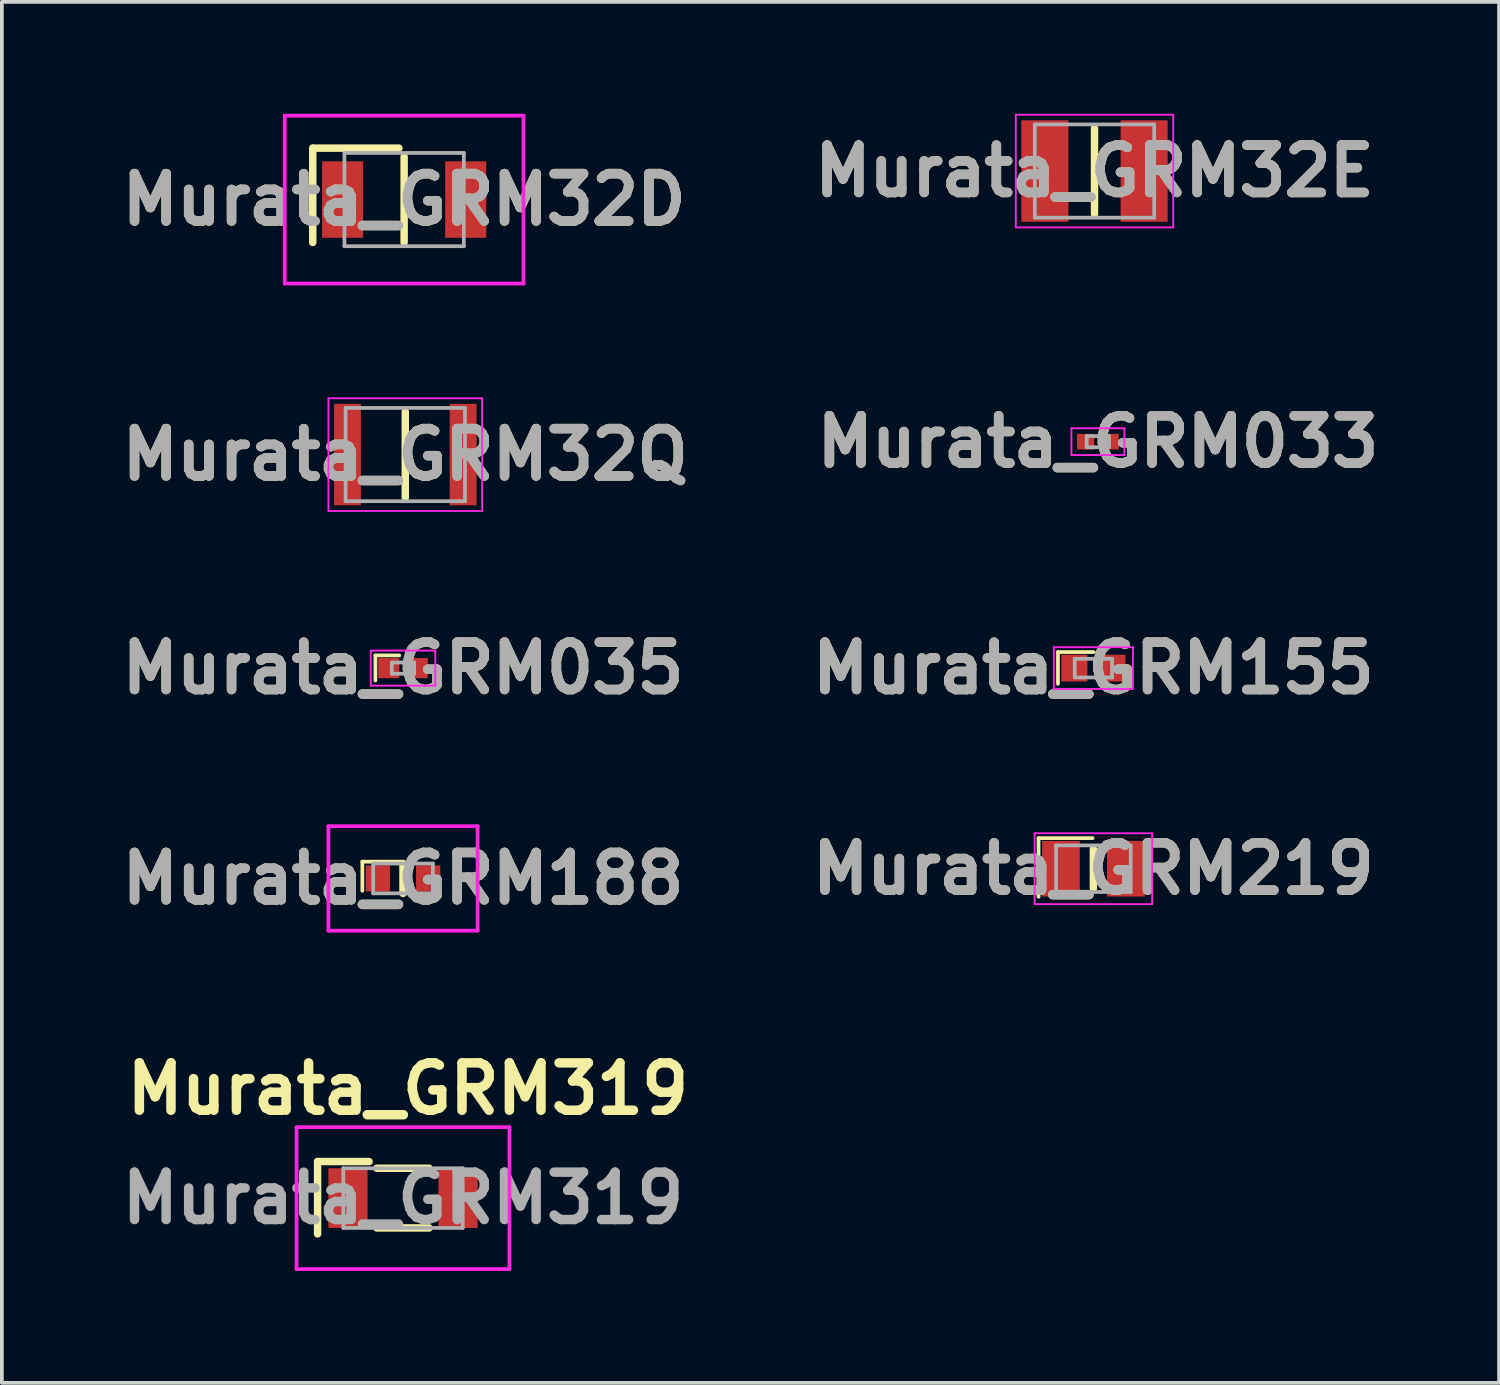
<source format=kicad_pcb>
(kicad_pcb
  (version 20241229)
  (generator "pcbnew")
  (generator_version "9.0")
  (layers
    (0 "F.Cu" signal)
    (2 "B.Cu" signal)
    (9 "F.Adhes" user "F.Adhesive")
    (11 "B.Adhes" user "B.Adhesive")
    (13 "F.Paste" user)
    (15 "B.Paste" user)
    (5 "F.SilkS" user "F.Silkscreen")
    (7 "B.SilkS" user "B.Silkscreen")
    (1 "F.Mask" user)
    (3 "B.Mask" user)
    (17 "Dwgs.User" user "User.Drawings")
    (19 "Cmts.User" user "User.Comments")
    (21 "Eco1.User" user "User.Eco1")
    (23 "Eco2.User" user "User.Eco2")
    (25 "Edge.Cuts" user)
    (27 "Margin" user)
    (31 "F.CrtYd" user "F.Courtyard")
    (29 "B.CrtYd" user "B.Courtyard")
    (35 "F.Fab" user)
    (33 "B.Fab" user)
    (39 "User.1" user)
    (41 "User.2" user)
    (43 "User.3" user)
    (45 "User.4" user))
  (footprint "Murata_GRM188"
    (layer "F.Cu")
    (at 7.753 20.497)
    (property "Reference" "Murata_GRM188" (at 0 0 0) (layer "F.SilkS") (effects (font (size 1.27 1.27) (thickness 0.254))))
    (attr smd)
    (fp_line (start -1.09 -0.45) (end 0 -0.45) (stroke (width 0.1) (type default)) (layer "F.SilkS"))
    (fp_line (start -1.09 0.33) (end -1.09 -0.45) (stroke (width 0.1) (type default)) (layer "F.SilkS"))
    (fp_line (start 0 -0.4) (end 0 0.4) (stroke (width 0.2) (type solid)) (layer "F.SilkS"))
    (fp_line (start -2 -1.4) (end 2 -1.4) (stroke (width 0.1) (type solid)) (layer "F.CrtYd"))
    (fp_line (start -2 1.4) (end -2 -1.4) (stroke (width 0.1) (type solid)) (layer "F.CrtYd"))
    (fp_line (start 2 -1.4) (end 2 1.4) (stroke (width 0.1) (type solid)) (layer "F.CrtYd"))
    (fp_line (start 2 1.4) (end -2 1.4) (stroke (width 0.1) (type solid)) (layer "F.CrtYd"))
    (fp_line (start -0.8 -0.4) (end 0.8 -0.4) (stroke (width 0.1) (type solid)) (layer "F.Fab"))
    (fp_line (start -0.8 0.4) (end -0.8 -0.4) (stroke (width 0.1) (type solid)) (layer "F.Fab"))
    (fp_line (start 0.8 -0.4) (end 0.8 0.4) (stroke (width 0.1) (type solid)) (layer "F.Fab"))
    (fp_line (start 0.8 0.4) (end -0.8 0.4) (stroke (width 0.1) (type solid)) (layer "F.Fab"))
    (fp_text user "${REFERENCE}" (at 0 0 0) (layer "F.Fab") (effects (font (size 1.27 1.27) (thickness 0.254))))
    (pad "1" smd rect (at -0.675 0) (size 0.65 0.7) (layers "F.Cu" "F.Mask" "F.Paste"))
    (pad "2" smd rect (at 0.675 0) (size 0.65 0.7) (layers "F.Cu" "F.Mask" "F.Paste")))
  (footprint "Murata_GRM219"
    (layer "F.Cu")
    (at 26.259 20.236)
    (property "Reference" "Murata_GRM219" (at 0 0 0) (layer "F.SilkS") (effects (font (size 1.27 1.27) (thickness 0.254))))
    (attr smd)
    (fp_line (start -1.47 -0.82) (end -0.02 -0.82) (stroke (width 0.1) (type default)) (layer "F.SilkS"))
    (fp_line (start -1.47 0.75) (end -1.47 -0.82) (stroke (width 0.1) (type solid)) (layer "F.SilkS"))
    (fp_line (start 0 -0.525) (end 0 0.525) (stroke (width 0.2) (type solid)) (layer "F.SilkS"))
    (fp_line (start -1.575 -0.95) (end 1.575 -0.95) (stroke (width 0.05) (type solid)) (layer "F.CrtYd"))
    (fp_line (start -1.575 0.95) (end -1.575 -0.95) (stroke (width 0.05) (type solid)) (layer "F.CrtYd"))
    (fp_line (start 1.575 -0.95) (end 1.575 0.95) (stroke (width 0.05) (type solid)) (layer "F.CrtYd"))
    (fp_line (start 1.575 0.95) (end -1.575 0.95) (stroke (width 0.05) (type solid)) (layer "F.CrtYd"))
    (fp_line (start -1 -0.625) (end 1 -0.625) (stroke (width 0.1) (type solid)) (layer "F.Fab"))
    (fp_line (start -1 0.625) (end -1 -0.625) (stroke (width 0.1) (type solid)) (layer "F.Fab"))
    (fp_line (start 1 -0.625) (end 1 0.625) (stroke (width 0.1) (type solid)) (layer "F.Fab"))
    (fp_line (start 1 0.625) (end -1 0.625) (stroke (width 0.1) (type solid)) (layer "F.Fab"))
    (fp_text user "${REFERENCE}" (at 0 0 0) (layer "F.Fab") (effects (font (size 1.27 1.27) (thickness 0.254))))
    (pad "1" smd rect (at -0.87 0) (size 1.01 1.49) (layers "F.Cu" "F.Mask" "F.Paste"))
    (pad "2" smd rect (at 0.87 0) (size 1.01 1.49) (layers "F.Cu" "F.Mask" "F.Paste")))
  (footprint "Murata_GRM32Q"
    (layer "F.Cu")
    (at 7.814 9.135)
    (property "Reference" "Murata_GRM32Q" (at 0 0 0) (layer "F.SilkS") (effects (font (size 1.27 1.27) (thickness 0.254))))
    (attr smd)
    (fp_line (start 0 -1.15) (end 0 1.15) (stroke (width 0.2) (type solid)) (layer "F.SilkS"))
    (fp_line (start -2.06 -1.51) (end 2.06 -1.51) (stroke (width 0.05) (type solid)) (layer "F.CrtYd"))
    (fp_line (start -2.06 1.51) (end -2.06 -1.51) (stroke (width 0.05) (type solid)) (layer "F.CrtYd"))
    (fp_line (start 2.06 -1.51) (end 2.06 1.51) (stroke (width 0.05) (type solid)) (layer "F.CrtYd"))
    (fp_line (start 2.06 1.51) (end -2.06 1.51) (stroke (width 0.05) (type solid)) (layer "F.CrtYd"))
    (fp_line (start -1.6 -1.25) (end 1.6 -1.25) (stroke (width 0.1) (type solid)) (layer "F.Fab"))
    (fp_line (start -1.6 1.25) (end -1.6 -1.25) (stroke (width 0.1) (type solid)) (layer "F.Fab"))
    (fp_line (start 1.6 -1.25) (end 1.6 1.25) (stroke (width 0.1) (type solid)) (layer "F.Fab"))
    (fp_line (start 1.6 1.25) (end -1.6 1.25) (stroke (width 0.1) (type solid)) (layer "F.Fab"))
    (fp_text user "${REFERENCE}" (at 0 0 0) (layer "F.Fab") (effects (font (size 1.27 1.27) (thickness 0.254))))
    (pad "1" smd rect (at -1.55 0) (size 0.72 2.72) (layers "F.Cu" "F.Mask" "F.Paste"))
    (pad "2" smd rect (at 1.55 0) (size 0.72 2.72) (layers "F.Cu" "F.Mask" "F.Paste")))
  (footprint "Murata_GRM319"
    (layer "F.Cu")
    (at 7.753 29.066)
    (property "Reference" "Murata_GRM319" (at 0.13 -2.93 0) (layer "F.SilkS") (effects (font (size 1.27 1.27) (thickness 0.254))))
    (attr smd)
    (fp_line (start -2.29 0.96) (end -2.29 -0.98) (stroke (width 0.2) (type solid)) (layer "F.SilkS"))
    (fp_line (start -0.91 -0.98) (end -2.29 -0.98) (stroke (width 0.2) (type solid)) (layer "F.SilkS"))
    (fp_line (start -0.7 -0.8) (end 0.7 -0.8) (stroke (width 0.2) (type solid)) (layer "F.SilkS"))
    (fp_line (start -0.7 0.8) (end 0.7 0.8) (stroke (width 0.2) (type solid)) (layer "F.SilkS"))
    (fp_line (start -2.854 -1.902) (end 2.854 -1.902) (stroke (width 0.1) (type solid)) (layer "F.CrtYd"))
    (fp_line (start -2.854 1.902) (end -2.854 -1.902) (stroke (width 0.1) (type solid)) (layer "F.CrtYd"))
    (fp_line (start 2.854 -1.902) (end 2.854 1.902) (stroke (width 0.1) (type solid)) (layer "F.CrtYd"))
    (fp_line (start 2.854 1.902) (end -2.854 1.902) (stroke (width 0.1) (type solid)) (layer "F.CrtYd"))
    (fp_line (start -1.6 -0.8) (end 1.6 -0.8) (stroke (width 0.1) (type solid)) (layer "F.Fab"))
    (fp_line (start -1.6 0.8) (end -1.6 -0.8) (stroke (width 0.1) (type solid)) (layer "F.Fab"))
    (fp_line (start 1.6 -0.8) (end 1.6 0.8) (stroke (width 0.1) (type solid)) (layer "F.Fab"))
    (fp_line (start 1.6 0.8) (end -1.6 0.8) (stroke (width 0.1) (type solid)) (layer "F.Fab"))
    (fp_text user "${REFERENCE}" (at 0 0 0) (layer "F.Fab") (effects (font (size 1.27 1.27) (thickness 0.254))))
    (pad "1" smd rect (at -1.475 0) (size 1.05 1.6) (layers "F.Cu" "F.Mask" "F.Paste"))
    (pad "2" smd rect (at 1.475 0) (size 1.05 1.6) (layers "F.Cu" "F.Mask" "F.Paste")))
  (footprint "Murata_GRM033"
    (layer "F.Cu")
    (at 26.38 8.789)
    (property "Reference" "Murata_GRM033" (at 0 0 0) (layer "F.SilkS") (effects (font (size 1.27 1.27) (thickness 0.254))))
    (attr smd)
    (fp_line (start -0.71 -0.36) (end 0.71 -0.36) (stroke (width 0.05) (type solid)) (layer "F.CrtYd"))
    (fp_line (start -0.71 0.36) (end -0.71 -0.36) (stroke (width 0.05) (type solid)) (layer "F.CrtYd"))
    (fp_line (start 0.71 -0.36) (end 0.71 0.36) (stroke (width 0.05) (type solid)) (layer "F.CrtYd"))
    (fp_line (start 0.71 0.36) (end -0.71 0.36) (stroke (width 0.05) (type solid)) (layer "F.CrtYd"))
    (fp_line (start -0.3 -0.15) (end 0.3 -0.15) (stroke (width 0.1) (type solid)) (layer "F.Fab"))
    (fp_line (start -0.3 0.15) (end -0.3 -0.15) (stroke (width 0.1) (type solid)) (layer "F.Fab"))
    (fp_line (start 0.3 -0.15) (end 0.3 0.15) (stroke (width 0.1) (type solid)) (layer "F.Fab"))
    (fp_line (start 0.3 0.15) (end -0.3 0.15) (stroke (width 0.1) (type solid)) (layer "F.Fab"))
    (fp_text user "${REFERENCE}" (at 0 0 0) (layer "F.Fab") (effects (font (size 1.27 1.27) (thickness 0.254))))
    (pad "1" smd rect (at -0.33 0 90) (size 0.42 0.46) (layers "F.Cu" "F.Mask" "F.Paste"))
    (pad "2" smd rect (at 0.33 0 90) (size 0.42 0.46) (layers "F.Cu" "F.Mask" "F.Paste")))
  (footprint "Murata_GRM035"
    (layer "F.Cu")
    (at 7.753 14.859)
    (property "Reference" "Murata_GRM035" (at 0 0 0) (layer "F.SilkS") (effects (font (size 1.27 1.27) (thickness 0.254))))
    (attr smd)
    (fp_line (start -0.74 -0.34) (end -0.1 -0.34) (stroke (width 0.1) (type default)) (layer "F.SilkS"))
    (fp_line (start -0.74 0.33) (end -0.74 -0.34) (stroke (width 0.1) (type default)) (layer "F.SilkS"))
    (fp_line (start -0.865 -0.47) (end 0.865 -0.47) (stroke (width 0.05) (type solid)) (layer "F.CrtYd"))
    (fp_line (start -0.865 0.47) (end -0.865 -0.47) (stroke (width 0.05) (type solid)) (layer "F.CrtYd"))
    (fp_line (start 0.865 -0.47) (end 0.865 0.47) (stroke (width 0.05) (type solid)) (layer "F.CrtYd"))
    (fp_line (start 0.865 0.47) (end -0.865 0.47) (stroke (width 0.05) (type solid)) (layer "F.CrtYd"))
    (fp_line (start -0.3 -0.15) (end 0.3 -0.15) (stroke (width 0.1) (type solid)) (layer "F.Fab"))
    (fp_line (start -0.3 0.15) (end -0.3 -0.15) (stroke (width 0.1) (type solid)) (layer "F.Fab"))
    (fp_line (start 0.3 -0.15) (end 0.3 0.15) (stroke (width 0.1) (type solid)) (layer "F.Fab"))
    (fp_line (start 0.3 0.15) (end -0.3 0.15) (stroke (width 0.1) (type solid)) (layer "F.Fab"))
    (fp_text user "${REFERENCE}" (at 0 0 0) (layer "F.Fab") (effects (font (size 1.27 1.27) (thickness 0.254))))
    (pad "1" smd rect (at -0.382 0 90) (size 0.54 0.565) (layers "F.Cu" "F.Mask" "F.Paste"))
    (pad "2" smd rect (at 0.382 0 90) (size 0.54 0.565) (layers "F.Cu" "F.Mask" "F.Paste")))
  (footprint "Murata_GRM32D"
    (layer "F.Cu")
    (at 7.783 2.3)
    (property "Reference" "Murata_GRM32D" (at 0 0 0) (layer "F.SilkS") (effects (font (size 1.27 1.27) (thickness 0.254))))
    (attr smd)
    (fp_line (start -2.45 -1.38) (end -2.45 1.15) (stroke (width 0.2) (type solid)) (layer "F.SilkS"))
    (fp_line (start -0.14 -1.38) (end -2.44 -1.38) (stroke (width 0.2) (type solid)) (layer "F.SilkS"))
    (fp_line (start 0 -1.15) (end 0 1.15) (stroke (width 0.2) (type solid)) (layer "F.SilkS"))
    (fp_line (start -3.2 -2.25) (end 3.2 -2.25) (stroke (width 0.1) (type solid)) (layer "F.CrtYd"))
    (fp_line (start -3.2 2.25) (end -3.2 -2.25) (stroke (width 0.1) (type solid)) (layer "F.CrtYd"))
    (fp_line (start 3.2 -2.25) (end 3.2 2.25) (stroke (width 0.1) (type solid)) (layer "F.CrtYd"))
    (fp_line (start 3.2 2.25) (end -3.2 2.25) (stroke (width 0.1) (type solid)) (layer "F.CrtYd"))
    (fp_line (start -1.6 -1.25) (end 1.6 -1.25) (stroke (width 0.1) (type solid)) (layer "F.Fab"))
    (fp_line (start -1.6 1.25) (end -1.6 -1.25) (stroke (width 0.1) (type solid)) (layer "F.Fab"))
    (fp_line (start 1.6 -1.25) (end 1.6 1.25) (stroke (width 0.1) (type solid)) (layer "F.Fab"))
    (fp_line (start 1.6 1.25) (end -1.6 1.25) (stroke (width 0.1) (type solid)) (layer "F.Fab"))
    (fp_text user "${REFERENCE}" (at 0 0 0) (layer "F.Fab") (effects (font (size 1.27 1.27) (thickness 0.254))))
    (pad "1" smd rect (at -1.65 0) (size 1.1 2.05) (layers "F.Cu" "F.Mask" "F.Paste"))
    (pad "2" smd rect (at 1.65 0) (size 1.1 2.05) (layers "F.Cu" "F.Mask" "F.Paste")))
  (footprint "Murata_GRM155"
    (layer "F.Cu")
    (at 26.259 14.859)
    (property "Reference" "Murata_GRM155" (at 0 0 0) (layer "F.SilkS") (effects (font (size 1.27 1.27) (thickness 0.254))))
    (attr smd)
    (fp_line (start -0.95 -0.43) (end 0 -0.43) (stroke (width 0.1) (type default)) (layer "F.SilkS"))
    (fp_line (start -0.95 0.42) (end -0.95 -0.43) (stroke (width 0.1) (type default)) (layer "F.SilkS"))
    (fp_line (start -1.06 -0.56) (end 1.06 -0.56) (stroke (width 0.05) (type solid)) (layer "F.CrtYd"))
    (fp_line (start -1.06 0.56) (end -1.06 -0.56) (stroke (width 0.05) (type solid)) (layer "F.CrtYd"))
    (fp_line (start 1.06 -0.56) (end 1.06 0.56) (stroke (width 0.05) (type solid)) (layer "F.CrtYd"))
    (fp_line (start 1.06 0.56) (end -1.06 0.56) (stroke (width 0.05) (type solid)) (layer "F.CrtYd"))
    (fp_line (start -0.5 -0.25) (end 0.5 -0.25) (stroke (width 0.1) (type solid)) (layer "F.Fab"))
    (fp_line (start -0.5 0.25) (end -0.5 -0.25) (stroke (width 0.1) (type solid)) (layer "F.Fab"))
    (fp_line (start 0.5 -0.25) (end 0.5 0.25) (stroke (width 0.1) (type solid)) (layer "F.Fab"))
    (fp_line (start 0.5 0.25) (end -0.5 0.25) (stroke (width 0.1) (type solid)) (layer "F.Fab"))
    (fp_text user "${REFERENCE}" (at 0 0 0) (layer "F.Fab") (effects (font (size 1.27 1.27) (thickness 0.254))))
    (pad "1" smd rect (at -0.51 0) (size 0.7 0.72) (layers "F.Cu" "F.Mask" "F.Paste"))
    (pad "2" smd rect (at 0.51 0) (size 0.7 0.72) (layers "F.Cu" "F.Mask" "F.Paste")))
  (footprint "Murata_GRM32E"
    (layer "F.Cu")
    (at 26.289 1.535)
    (property "Reference" "Murata_GRM32E" (at 0 0 0) (layer "F.SilkS") (effects (font (size 1.27 1.27) (thickness 0.254))))
    (attr smd)
    (fp_line (start 0 -1.15) (end 0 1.15) (stroke (width 0.2) (type solid)) (layer "F.SilkS"))
    (fp_line (start -2.11 -1.51) (end 2.11 -1.51) (stroke (width 0.05) (type solid)) (layer "F.CrtYd"))
    (fp_line (start -2.11 1.51) (end -2.11 -1.51) (stroke (width 0.05) (type solid)) (layer "F.CrtYd"))
    (fp_line (start 2.11 -1.51) (end 2.11 1.51) (stroke (width 0.05) (type solid)) (layer "F.CrtYd"))
    (fp_line (start 2.11 1.51) (end -2.11 1.51) (stroke (width 0.05) (type solid)) (layer "F.CrtYd"))
    (fp_line (start -1.6 -1.25) (end 1.6 -1.25) (stroke (width 0.1) (type solid)) (layer "F.Fab"))
    (fp_line (start -1.6 1.25) (end -1.6 -1.25) (stroke (width 0.1) (type solid)) (layer "F.Fab"))
    (fp_line (start 1.6 -1.25) (end 1.6 1.25) (stroke (width 0.1) (type solid)) (layer "F.Fab"))
    (fp_line (start 1.6 1.25) (end -1.6 1.25) (stroke (width 0.1) (type solid)) (layer "F.Fab"))
    (fp_text user "${REFERENCE}" (at 0 0 0) (layer "F.Fab") (effects (font (size 1.27 1.27) (thickness 0.254))))
    (pad "1" smd rect (at -1.33 0) (size 1.26 2.72) (layers "F.Cu" "F.Mask" "F.Paste"))
    (pad "2" smd rect (at 1.33 0) (size 1.26 2.72) (layers "F.Cu" "F.Mask" "F.Paste")))
  (gr_rect
    (start -3 -3)
    (end 37.133 34.018)
    (stroke (width 0.1) (type default))
    (fill no)
    (layer "Edge.Cuts")))
</source>
